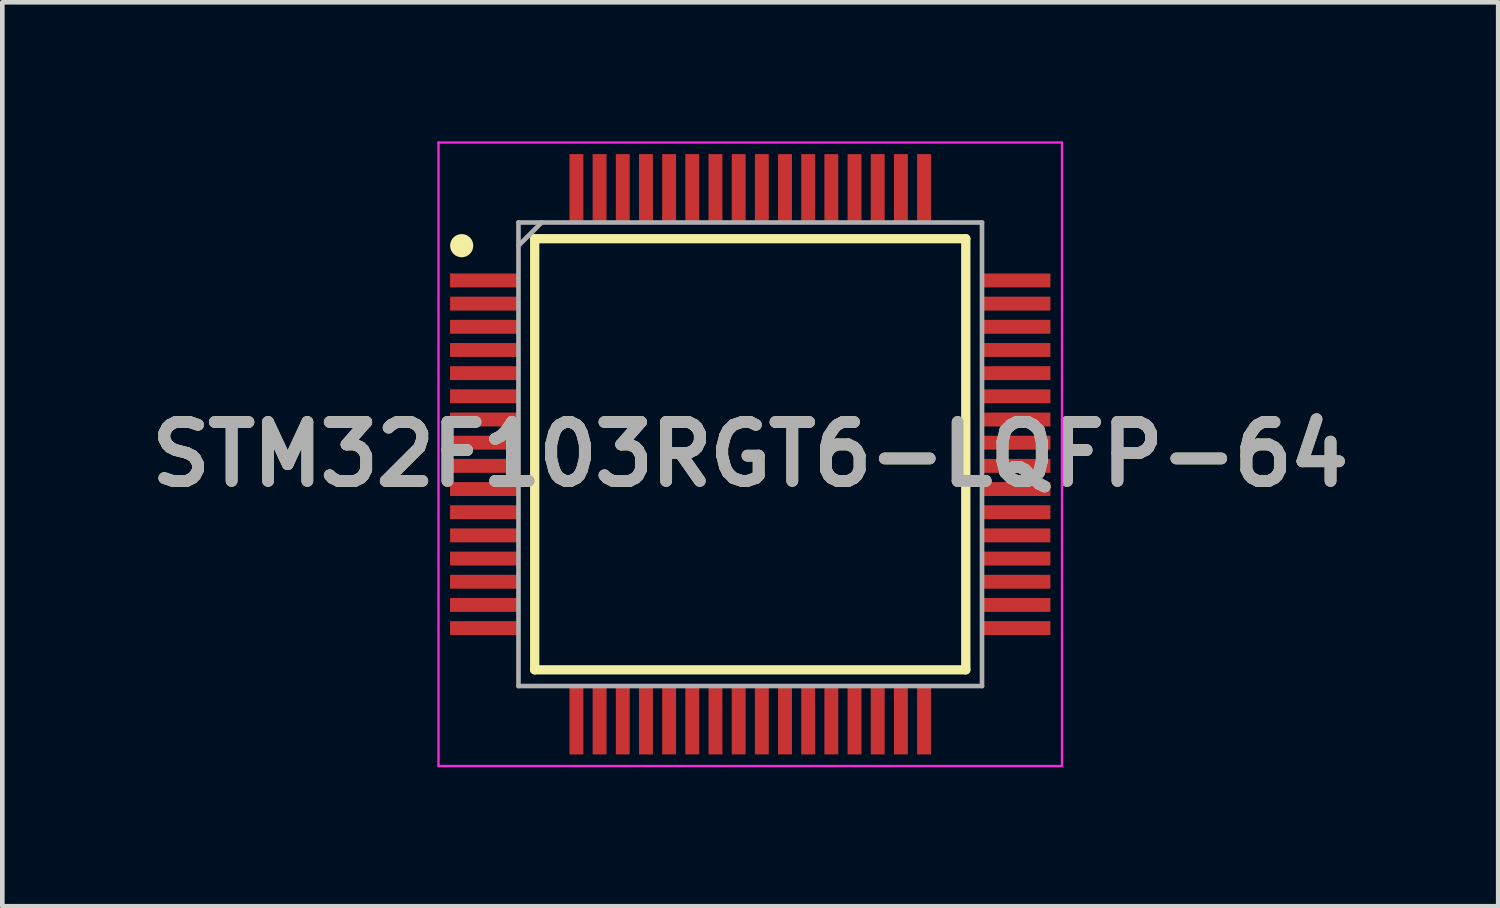
<source format=kicad_pcb>
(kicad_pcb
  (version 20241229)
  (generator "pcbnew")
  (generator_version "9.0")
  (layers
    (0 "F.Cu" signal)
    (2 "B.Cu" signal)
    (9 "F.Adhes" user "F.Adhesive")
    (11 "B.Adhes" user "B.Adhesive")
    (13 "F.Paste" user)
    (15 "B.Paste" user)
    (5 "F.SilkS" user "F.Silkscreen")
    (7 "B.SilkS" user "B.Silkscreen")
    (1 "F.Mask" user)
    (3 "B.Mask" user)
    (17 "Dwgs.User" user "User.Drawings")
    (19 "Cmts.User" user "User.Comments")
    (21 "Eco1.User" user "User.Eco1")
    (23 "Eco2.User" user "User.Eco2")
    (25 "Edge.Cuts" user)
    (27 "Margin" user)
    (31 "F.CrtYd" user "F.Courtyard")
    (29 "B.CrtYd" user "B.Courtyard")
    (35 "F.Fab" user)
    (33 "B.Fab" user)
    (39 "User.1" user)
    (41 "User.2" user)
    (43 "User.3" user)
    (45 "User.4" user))
  (footprint "STM32F103RGT6-LQFP-64"
    (layer "F.Cu")
    (at 13.135 6.75)
    (property "Reference" "STM32F103RGT6-LQFP-64" (at 0 0 0) (layer "F.SilkS") (effects (font (size 1.27 1.27) (thickness 0.254))))
    (attr smd)
    (fp_line (start -4.65 -4.65) (end 4.65 -4.65) (stroke (width 0.2) (type solid)) (layer "F.SilkS"))
    (fp_line (start -4.65 4.65) (end -4.65 -4.65) (stroke (width 0.2) (type solid)) (layer "F.SilkS"))
    (fp_line (start 4.65 -4.65) (end 4.65 4.65) (stroke (width 0.2) (type solid)) (layer "F.SilkS"))
    (fp_line (start 4.65 4.65) (end -4.65 4.65) (stroke (width 0.2) (type solid)) (layer "F.SilkS"))
    (fp_circle (center -6.225 -4.5) (end -6.225 -4.375) (stroke (width 0.25) (type solid)) (fill no) (layer "F.SilkS"))
    (fp_line (start -6.725 -6.725) (end 6.725 -6.725) (stroke (width 0.05) (type solid)) (layer "F.CrtYd"))
    (fp_line (start -6.725 6.725) (end -6.725 -6.725) (stroke (width 0.05) (type solid)) (layer "F.CrtYd"))
    (fp_line (start 6.725 -6.725) (end 6.725 6.725) (stroke (width 0.05) (type solid)) (layer "F.CrtYd"))
    (fp_line (start 6.725 6.725) (end -6.725 6.725) (stroke (width 0.05) (type solid)) (layer "F.CrtYd"))
    (fp_line (start -5 -5) (end 5 -5) (stroke (width 0.1) (type solid)) (layer "F.Fab"))
    (fp_line (start -5 -4.5) (end -4.5 -5) (stroke (width 0.1) (type solid)) (layer "F.Fab"))
    (fp_line (start -5 5) (end -5 -5) (stroke (width 0.1) (type solid)) (layer "F.Fab"))
    (fp_line (start 5 -5) (end 5 5) (stroke (width 0.1) (type solid)) (layer "F.Fab"))
    (fp_line (start 5 5) (end -5 5) (stroke (width 0.1) (type solid)) (layer "F.Fab"))
    (fp_text user "${REFERENCE}" (at 0 0 0) (layer "F.Fab") (effects (font (size 1.27 1.27) (thickness 0.254))))
    (pad "1" smd rect (at -5.738 -3.75 90) (size 0.3 1.475) (layers "F.Cu" "F.Mask" "F.Paste"))
    (pad "2" smd rect (at -5.738 -3.25 90) (size 0.3 1.475) (layers "F.Cu" "F.Mask" "F.Paste"))
    (pad "3" smd rect (at -5.738 -2.75 90) (size 0.3 1.475) (layers "F.Cu" "F.Mask" "F.Paste"))
    (pad "4" smd rect (at -5.738 -2.25 90) (size 0.3 1.475) (layers "F.Cu" "F.Mask" "F.Paste"))
    (pad "5" smd rect (at -5.738 -1.75 90) (size 0.3 1.475) (layers "F.Cu" "F.Mask" "F.Paste"))
    (pad "6" smd rect (at -5.738 -1.25 90) (size 0.3 1.475) (layers "F.Cu" "F.Mask" "F.Paste"))
    (pad "7" smd rect (at -5.738 -0.75 90) (size 0.3 1.475) (layers "F.Cu" "F.Mask" "F.Paste"))
    (pad "8" smd rect (at -5.738 -0.25 90) (size 0.3 1.475) (layers "F.Cu" "F.Mask" "F.Paste"))
    (pad "9" smd rect (at -5.738 0.25 90) (size 0.3 1.475) (layers "F.Cu" "F.Mask" "F.Paste"))
    (pad "10" smd rect (at -5.738 0.75 90) (size 0.3 1.475) (layers "F.Cu" "F.Mask" "F.Paste"))
    (pad "11" smd rect (at -5.738 1.25 90) (size 0.3 1.475) (layers "F.Cu" "F.Mask" "F.Paste"))
    (pad "12" smd rect (at -5.738 1.75 90) (size 0.3 1.475) (layers "F.Cu" "F.Mask" "F.Paste"))
    (pad "13" smd rect (at -5.738 2.25 90) (size 0.3 1.475) (layers "F.Cu" "F.Mask" "F.Paste"))
    (pad "14" smd rect (at -5.738 2.75 90) (size 0.3 1.475) (layers "F.Cu" "F.Mask" "F.Paste"))
    (pad "15" smd rect (at -5.738 3.25 90) (size 0.3 1.475) (layers "F.Cu" "F.Mask" "F.Paste"))
    (pad "16" smd rect (at -5.738 3.75 90) (size 0.3 1.475) (layers "F.Cu" "F.Mask" "F.Paste"))
    (pad "17" smd rect (at -3.75 5.738) (size 0.3 1.475) (layers "F.Cu" "F.Mask" "F.Paste"))
    (pad "18" smd rect (at -3.25 5.738) (size 0.3 1.475) (layers "F.Cu" "F.Mask" "F.Paste"))
    (pad "19" smd rect (at -2.75 5.738) (size 0.3 1.475) (layers "F.Cu" "F.Mask" "F.Paste"))
    (pad "20" smd rect (at -2.25 5.738) (size 0.3 1.475) (layers "F.Cu" "F.Mask" "F.Paste"))
    (pad "21" smd rect (at -1.75 5.738) (size 0.3 1.475) (layers "F.Cu" "F.Mask" "F.Paste"))
    (pad "22" smd rect (at -1.25 5.738) (size 0.3 1.475) (layers "F.Cu" "F.Mask" "F.Paste"))
    (pad "23" smd rect (at -0.75 5.738) (size 0.3 1.475) (layers "F.Cu" "F.Mask" "F.Paste"))
    (pad "24" smd rect (at -0.25 5.738) (size 0.3 1.475) (layers "F.Cu" "F.Mask" "F.Paste"))
    (pad "25" smd rect (at 0.25 5.738) (size 0.3 1.475) (layers "F.Cu" "F.Mask" "F.Paste"))
    (pad "26" smd rect (at 0.75 5.738) (size 0.3 1.475) (layers "F.Cu" "F.Mask" "F.Paste"))
    (pad "27" smd rect (at 1.25 5.738) (size 0.3 1.475) (layers "F.Cu" "F.Mask" "F.Paste"))
    (pad "28" smd rect (at 1.75 5.738) (size 0.3 1.475) (layers "F.Cu" "F.Mask" "F.Paste"))
    (pad "29" smd rect (at 2.25 5.738) (size 0.3 1.475) (layers "F.Cu" "F.Mask" "F.Paste"))
    (pad "30" smd rect (at 2.75 5.738) (size 0.3 1.475) (layers "F.Cu" "F.Mask" "F.Paste"))
    (pad "31" smd rect (at 3.25 5.738) (size 0.3 1.475) (layers "F.Cu" "F.Mask" "F.Paste"))
    (pad "32" smd rect (at 3.75 5.738) (size 0.3 1.475) (layers "F.Cu" "F.Mask" "F.Paste"))
    (pad "33" smd rect (at 5.738 3.75 90) (size 0.3 1.475) (layers "F.Cu" "F.Mask" "F.Paste"))
    (pad "34" smd rect (at 5.738 3.25 90) (size 0.3 1.475) (layers "F.Cu" "F.Mask" "F.Paste"))
    (pad "35" smd rect (at 5.738 2.75 90) (size 0.3 1.475) (layers "F.Cu" "F.Mask" "F.Paste"))
    (pad "36" smd rect (at 5.738 2.25 90) (size 0.3 1.475) (layers "F.Cu" "F.Mask" "F.Paste"))
    (pad "37" smd rect (at 5.738 1.75 90) (size 0.3 1.475) (layers "F.Cu" "F.Mask" "F.Paste"))
    (pad "38" smd rect (at 5.738 1.25 90) (size 0.3 1.475) (layers "F.Cu" "F.Mask" "F.Paste"))
    (pad "39" smd rect (at 5.738 0.75 90) (size 0.3 1.475) (layers "F.Cu" "F.Mask" "F.Paste"))
    (pad "40" smd rect (at 5.738 0.25 90) (size 0.3 1.475) (layers "F.Cu" "F.Mask" "F.Paste"))
    (pad "41" smd rect (at 5.738 -0.25 90) (size 0.3 1.475) (layers "F.Cu" "F.Mask" "F.Paste"))
    (pad "42" smd rect (at 5.738 -0.75 90) (size 0.3 1.475) (layers "F.Cu" "F.Mask" "F.Paste"))
    (pad "43" smd rect (at 5.738 -1.25 90) (size 0.3 1.475) (layers "F.Cu" "F.Mask" "F.Paste"))
    (pad "44" smd rect (at 5.738 -1.75 90) (size 0.3 1.475) (layers "F.Cu" "F.Mask" "F.Paste"))
    (pad "45" smd rect (at 5.738 -2.25 90) (size 0.3 1.475) (layers "F.Cu" "F.Mask" "F.Paste"))
    (pad "46" smd rect (at 5.738 -2.75 90) (size 0.3 1.475) (layers "F.Cu" "F.Mask" "F.Paste"))
    (pad "47" smd rect (at 5.738 -3.25 90) (size 0.3 1.475) (layers "F.Cu" "F.Mask" "F.Paste"))
    (pad "48" smd rect (at 5.738 -3.75 90) (size 0.3 1.475) (layers "F.Cu" "F.Mask" "F.Paste"))
    (pad "49" smd rect (at 3.75 -5.738) (size 0.3 1.475) (layers "F.Cu" "F.Mask" "F.Paste"))
    (pad "50" smd rect (at 3.25 -5.738) (size 0.3 1.475) (layers "F.Cu" "F.Mask" "F.Paste"))
    (pad "51" smd rect (at 2.75 -5.738) (size 0.3 1.475) (layers "F.Cu" "F.Mask" "F.Paste"))
    (pad "52" smd rect (at 2.25 -5.738) (size 0.3 1.475) (layers "F.Cu" "F.Mask" "F.Paste"))
    (pad "53" smd rect (at 1.75 -5.738) (size 0.3 1.475) (layers "F.Cu" "F.Mask" "F.Paste"))
    (pad "54" smd rect (at 1.25 -5.738) (size 0.3 1.475) (layers "F.Cu" "F.Mask" "F.Paste"))
    (pad "55" smd rect (at 0.75 -5.738) (size 0.3 1.475) (layers "F.Cu" "F.Mask" "F.Paste"))
    (pad "56" smd rect (at 0.25 -5.738) (size 0.3 1.475) (layers "F.Cu" "F.Mask" "F.Paste"))
    (pad "57" smd rect (at -0.25 -5.738) (size 0.3 1.475) (layers "F.Cu" "F.Mask" "F.Paste"))
    (pad "58" smd rect (at -0.75 -5.738) (size 0.3 1.475) (layers "F.Cu" "F.Mask" "F.Paste"))
    (pad "59" smd rect (at -1.25 -5.738) (size 0.3 1.475) (layers "F.Cu" "F.Mask" "F.Paste"))
    (pad "60" smd rect (at -1.75 -5.738) (size 0.3 1.475) (layers "F.Cu" "F.Mask" "F.Paste"))
    (pad "61" smd rect (at -2.25 -5.738) (size 0.3 1.475) (layers "F.Cu" "F.Mask" "F.Paste"))
    (pad "62" smd rect (at -2.75 -5.738) (size 0.3 1.475) (layers "F.Cu" "F.Mask" "F.Paste"))
    (pad "63" smd rect (at -3.25 -5.738) (size 0.3 1.475) (layers "F.Cu" "F.Mask" "F.Paste"))
    (pad "64" smd rect (at -3.75 -5.738) (size 0.3 1.475) (layers "F.Cu" "F.Mask" "F.Paste")))
  (gr_rect
    (start -3 -3)
    (end 29.271 16.5)
    (stroke (width 0.1) (type default))
    (fill no)
    (layer "Edge.Cuts")))
</source>
